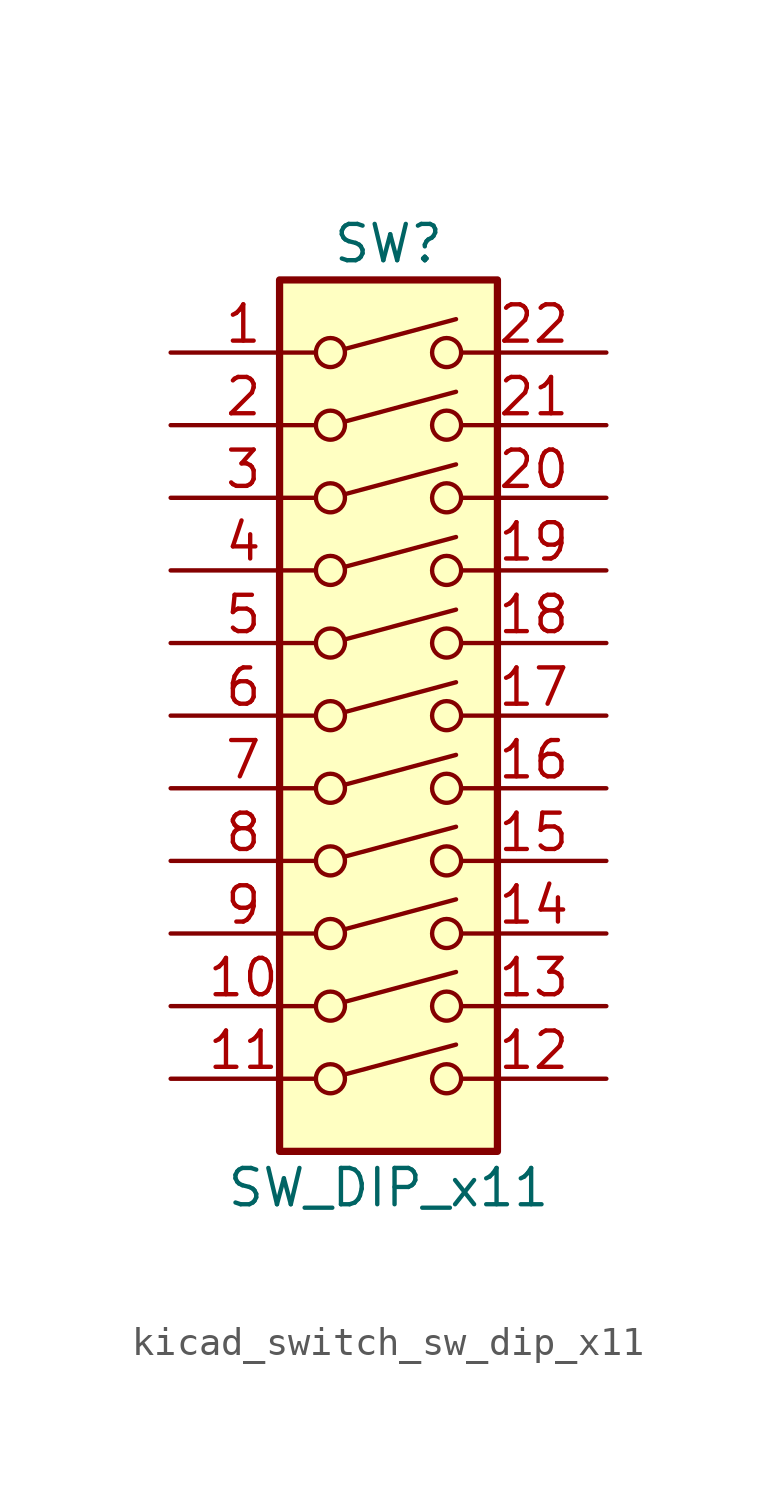
<source format=kicad_sym>
(kicad_symbol_lib
  (version 20220914)
  (generator kicad_symbol_editor)
  (symbol "kicad_switch_sw_dip_x11"
    (pin_names
      (offset 0) hide)
    (property "Reference" "SW"
      (at 0 19.05 0)
      (effects (font (size 1.27 1.27))))
    (property "Value" "SW_DIP_x11"
      (at 0 -13.97 0)
      (effects (font (size 1.27 1.27))))
    (symbol "kicad_switch_sw_dip_x11_0_0"
      (circle (center -2.032 -10.16) (radius 0.508) (stroke (width 0) (type default)) (fill (type none)))
      (circle (center -2.032 -7.62) (radius 0.508) (stroke (width 0) (type default)) (fill (type none)))
      (circle (center -2.032 -5.08) (radius 0.508) (stroke (width 0) (type default)) (fill (type none)))
      (circle (center -2.032 -2.54) (radius 0.508) (stroke (width 0) (type default)) (fill (type none)))
      (circle (center -2.032 0) (radius 0.508) (stroke (width 0) (type default)) (fill (type none)))
      (circle (center -2.032 2.54) (radius 0.508) (stroke (width 0) (type default)) (fill (type none)))
      (circle (center -2.032 5.08) (radius 0.508) (stroke (width 0) (type default)) (fill (type none)))
      (circle (center -2.032 7.62) (radius 0.508) (stroke (width 0) (type default)) (fill (type none)))
      (circle (center -2.032 10.16) (radius 0.508) (stroke (width 0) (type default)) (fill (type none)))
      (circle (center -2.032 12.7) (radius 0.508) (stroke (width 0) (type default)) (fill (type none)))
      (circle (center -2.032 15.24) (radius 0.508) (stroke (width 0) (type default)) (fill (type none)))
      (polyline (pts (xy -1.524 -10.008) (xy 2.362 -8.966)) (stroke (width 0) (type default)) (fill (type none)))
      (polyline (pts (xy -1.524 -7.468) (xy 2.362 -6.426)) (stroke (width 0) (type default)) (fill (type none)))
      (polyline (pts (xy -1.524 -4.928) (xy 2.362 -3.886)) (stroke (width 0) (type default)) (fill (type none)))
      (polyline (pts (xy -1.524 -2.388) (xy 2.362 -1.346)) (stroke (width 0) (type default)) (fill (type none)))
      (polyline (pts (xy -1.524 0.127) (xy 2.362 1.168)) (stroke (width 0) (type default)) (fill (type none)))
      (polyline (pts (xy -1.524 2.667) (xy 2.362 3.708)) (stroke (width 0) (type default)) (fill (type none)))
      (polyline (pts (xy -1.524 5.207) (xy 2.362 6.248)) (stroke (width 0) (type default)) (fill (type none)))
      (polyline (pts (xy -1.524 7.747) (xy 2.362 8.788)) (stroke (width 0) (type default)) (fill (type none)))
      (polyline (pts (xy -1.524 10.287) (xy 2.362 11.328)) (stroke (width 0) (type default)) (fill (type none)))
      (polyline (pts (xy -1.524 12.827) (xy 2.362 13.868)) (stroke (width 0) (type default)) (fill (type none)))
      (polyline (pts (xy -1.524 15.367) (xy 2.362 16.408)) (stroke (width 0) (type default)) (fill (type none)))
      (circle (center 2.032 -10.16) (radius 0.508) (stroke (width 0) (type default)) (fill (type none)))
      (circle (center 2.032 -7.62) (radius 0.508) (stroke (width 0) (type default)) (fill (type none)))
      (circle (center 2.032 -5.08) (radius 0.508) (stroke (width 0) (type default)) (fill (type none)))
      (circle (center 2.032 -2.54) (radius 0.508) (stroke (width 0) (type default)) (fill (type none)))
      (circle (center 2.032 0) (radius 0.508) (stroke (width 0) (type default)) (fill (type none)))
      (circle (center 2.032 2.54) (radius 0.508) (stroke (width 0) (type default)) (fill (type none)))
      (circle (center 2.032 5.08) (radius 0.508) (stroke (width 0) (type default)) (fill (type none)))
      (circle (center 2.032 7.62) (radius 0.508) (stroke (width 0) (type default)) (fill (type none)))
      (circle (center 2.032 10.16) (radius 0.508) (stroke (width 0) (type default)) (fill (type none)))
      (circle (center 2.032 12.7) (radius 0.508) (stroke (width 0) (type default)) (fill (type none)))
      (circle (center 2.032 15.24) (radius 0.508) (stroke (width 0) (type default)) (fill (type none))))
    (symbol "kicad_switch_sw_dip_x11_0_1"
      (rectangle (start -3.81 17.78) (end 3.81 -12.7) (stroke (width 0.254) (type default)) (fill (type background))))
    (symbol "kicad_switch_sw_dip_x11_1_1"
      (pin passive line (at -7.62 15.24 0) (length 5.08) (name "~" (effects (font (size 1.27 1.27)))) (number "1" (effects (font (size 1.27 1.27)))))
      (pin passive line (at -7.62 -7.62 0) (length 5.08) (name "~" (effects (font (size 1.27 1.27)))) (number "10" (effects (font (size 1.27 1.27)))))
      (pin passive line (at -7.62 -10.16 0) (length 5.08) (name "~" (effects (font (size 1.27 1.27)))) (number "11" (effects (font (size 1.27 1.27)))))
      (pin passive line (at 7.62 -10.16 180) (length 5.08) (name "~" (effects (font (size 1.27 1.27)))) (number "12" (effects (font (size 1.27 1.27)))))
      (pin passive line (at 7.62 -7.62 180) (length 5.08) (name "~" (effects (font (size 1.27 1.27)))) (number "13" (effects (font (size 1.27 1.27)))))
      (pin passive line (at 7.62 -5.08 180) (length 5.08) (name "~" (effects (font (size 1.27 1.27)))) (number "14" (effects (font (size 1.27 1.27)))))
      (pin passive line (at 7.62 -2.54 180) (length 5.08) (name "~" (effects (font (size 1.27 1.27)))) (number "15" (effects (font (size 1.27 1.27)))))
      (pin passive line (at 7.62 0 180) (length 5.08) (name "~" (effects (font (size 1.27 1.27)))) (number "16" (effects (font (size 1.27 1.27)))))
      (pin passive line (at 7.62 2.54 180) (length 5.08) (name "~" (effects (font (size 1.27 1.27)))) (number "17" (effects (font (size 1.27 1.27)))))
      (pin passive line (at 7.62 5.08 180) (length 5.08) (name "~" (effects (font (size 1.27 1.27)))) (number "18" (effects (font (size 1.27 1.27)))))
      (pin passive line (at 7.62 7.62 180) (length 5.08) (name "~" (effects (font (size 1.27 1.27)))) (number "19" (effects (font (size 1.27 1.27)))))
      (pin passive line (at -7.62 12.7 0) (length 5.08) (name "~" (effects (font (size 1.27 1.27)))) (number "2" (effects (font (size 1.27 1.27)))))
      (pin passive line (at 7.62 10.16 180) (length 5.08) (name "~" (effects (font (size 1.27 1.27)))) (number "20" (effects (font (size 1.27 1.27)))))
      (pin passive line (at 7.62 12.7 180) (length 5.08) (name "~" (effects (font (size 1.27 1.27)))) (number "21" (effects (font (size 1.27 1.27)))))
      (pin passive line (at 7.62 15.24 180) (length 5.08) (name "~" (effects (font (size 1.27 1.27)))) (number "22" (effects (font (size 1.27 1.27)))))
      (pin passive line (at -7.62 10.16 0) (length 5.08) (name "~" (effects (font (size 1.27 1.27)))) (number "3" (effects (font (size 1.27 1.27)))))
      (pin passive line (at -7.62 7.62 0) (length 5.08) (name "~" (effects (font (size 1.27 1.27)))) (number "4" (effects (font (size 1.27 1.27)))))
      (pin passive line (at -7.62 5.08 0) (length 5.08) (name "~" (effects (font (size 1.27 1.27)))) (number "5" (effects (font (size 1.27 1.27)))))
      (pin passive line (at -7.62 2.54 0) (length 5.08) (name "~" (effects (font (size 1.27 1.27)))) (number "6" (effects (font (size 1.27 1.27)))))
      (pin passive line (at -7.62 0 0) (length 5.08) (name "~" (effects (font (size 1.27 1.27)))) (number "7" (effects (font (size 1.27 1.27)))))
      (pin passive line (at -7.62 -2.54 0) (length 5.08) (name "~" (effects (font (size 1.27 1.27)))) (number "8" (effects (font (size 1.27 1.27)))))
      (pin passive line (at -7.62 -5.08 0) (length 5.08) (name "~" (effects (font (size 1.27 1.27)))) (number "9" (effects (font (size 1.27 1.27))))))))
</source>
